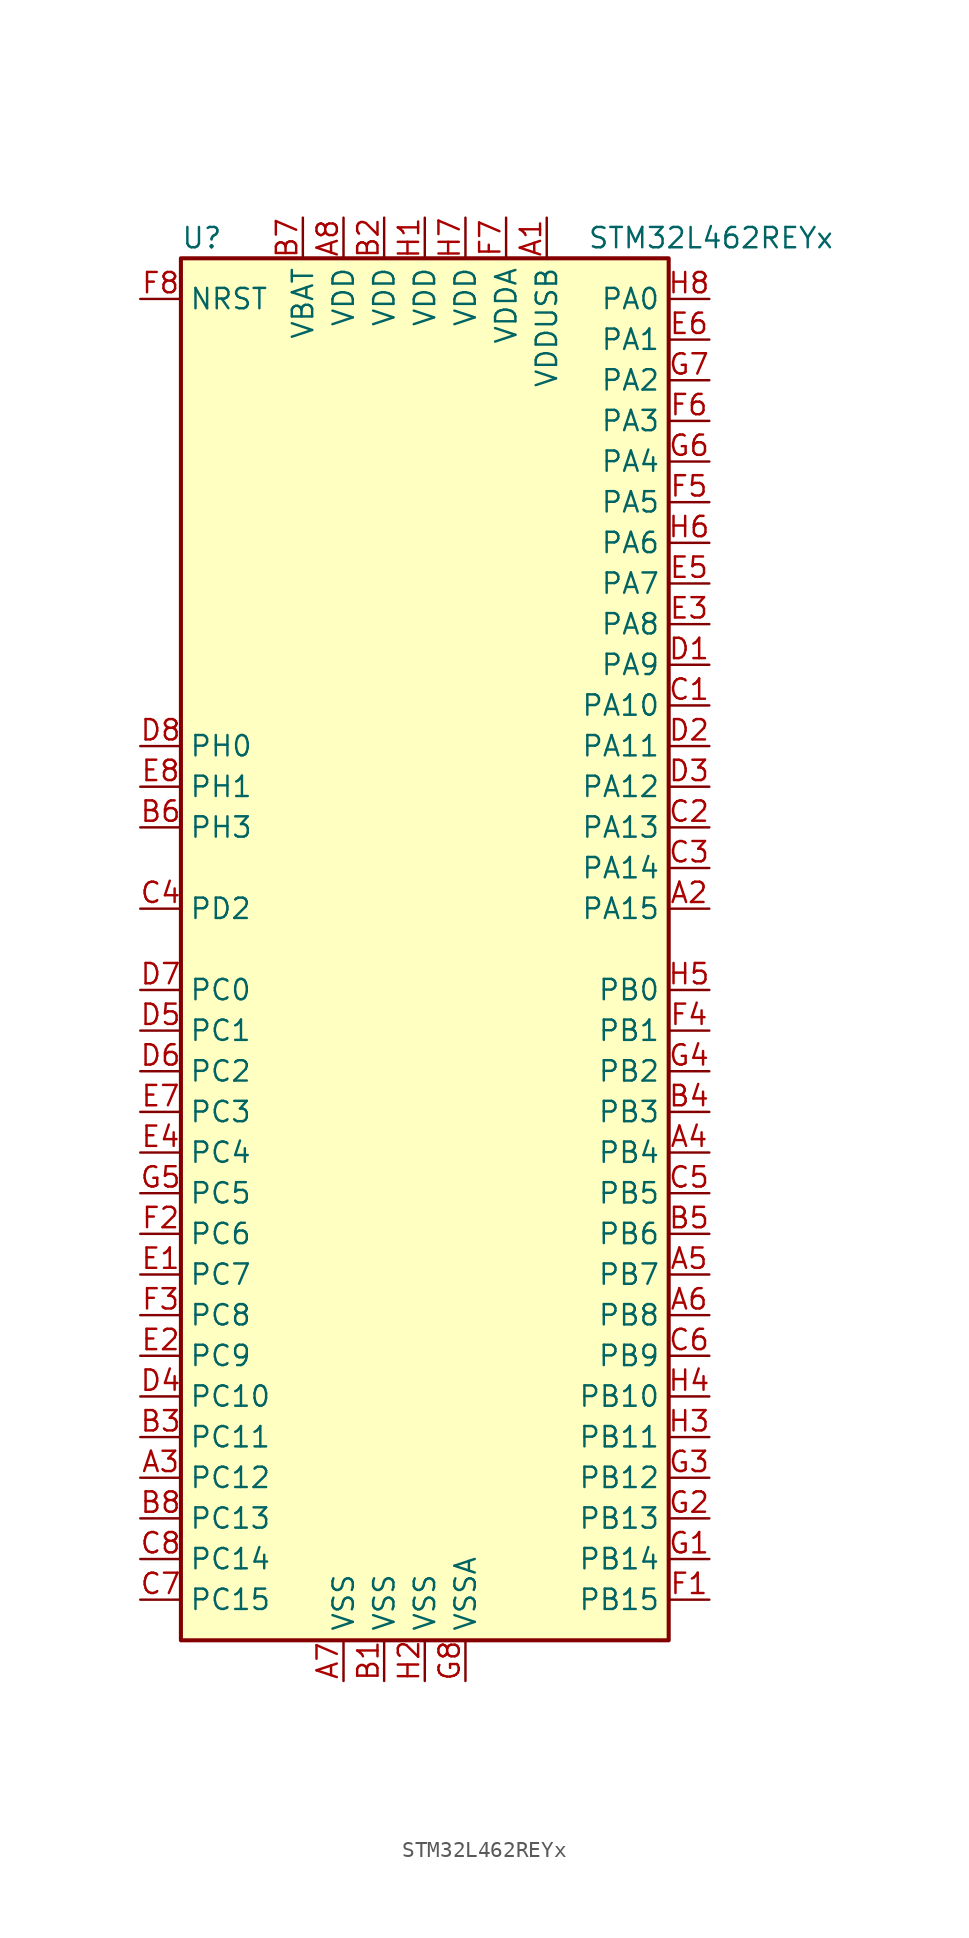
<source format=kicad_sym>
(kicad_symbol_lib
  (version 20201005)
  (generator kicad_symbol_editor)
  (symbol "STM32L462REYx"
    (property "Reference" "U"
      (at -15.24 44.45 0)
      (effects (font (size 1.27 1.27)) (justify left)))
    (property "Value" "STM32L462REYx"
      (at 10.16 44.45 0)
      (effects (font (size 1.27 1.27)) (justify left)))
    (symbol "STM32L462REYx_0_1"
      (rectangle (start -15.24 -43.18) (end 15.24 43.18) (stroke (width 0.254)) (fill (type background))))
    (symbol "STM32L462REYx_1_1"
      (pin input line (at -17.78 40.64 0) (length 2.54) (name "NRST" (effects (font (size 1.27 1.27)))) (number "F8" (effects (font (size 1.27 1.27)))))
      (pin bidirectional line (at 17.78 40.64 180) (length 2.54) (name "PA0" (effects (font (size 1.27 1.27)))) (number "H8" (effects (font (size 1.27 1.27)))))
      (pin bidirectional line (at 17.78 38.1 180) (length 2.54) (name "PA1" (effects (font (size 1.27 1.27)))) (number "E6" (effects (font (size 1.27 1.27)))))
      (pin bidirectional line (at 17.78 15.24 180) (length 2.54) (name "PA10" (effects (font (size 1.27 1.27)))) (number "C1" (effects (font (size 1.27 1.27)))))
      (pin bidirectional line (at 17.78 12.7 180) (length 2.54) (name "PA11" (effects (font (size 1.27 1.27)))) (number "D2" (effects (font (size 1.27 1.27)))))
      (pin bidirectional line (at 17.78 10.16 180) (length 2.54) (name "PA12" (effects (font (size 1.27 1.27)))) (number "D3" (effects (font (size 1.27 1.27)))))
      (pin bidirectional line (at 17.78 7.62 180) (length 2.54) (name "PA13" (effects (font (size 1.27 1.27)))) (number "C2" (effects (font (size 1.27 1.27)))))
      (pin bidirectional line (at 17.78 5.08 180) (length 2.54) (name "PA14" (effects (font (size 1.27 1.27)))) (number "C3" (effects (font (size 1.27 1.27)))))
      (pin bidirectional line (at 17.78 2.54 180) (length 2.54) (name "PA15" (effects (font (size 1.27 1.27)))) (number "A2" (effects (font (size 1.27 1.27)))))
      (pin bidirectional line (at 17.78 35.56 180) (length 2.54) (name "PA2" (effects (font (size 1.27 1.27)))) (number "G7" (effects (font (size 1.27 1.27)))))
      (pin bidirectional line (at 17.78 33.02 180) (length 2.54) (name "PA3" (effects (font (size 1.27 1.27)))) (number "F6" (effects (font (size 1.27 1.27)))))
      (pin bidirectional line (at 17.78 30.48 180) (length 2.54) (name "PA4" (effects (font (size 1.27 1.27)))) (number "G6" (effects (font (size 1.27 1.27)))))
      (pin bidirectional line (at 17.78 27.94 180) (length 2.54) (name "PA5" (effects (font (size 1.27 1.27)))) (number "F5" (effects (font (size 1.27 1.27)))))
      (pin bidirectional line (at 17.78 25.4 180) (length 2.54) (name "PA6" (effects (font (size 1.27 1.27)))) (number "H6" (effects (font (size 1.27 1.27)))))
      (pin bidirectional line (at 17.78 22.86 180) (length 2.54) (name "PA7" (effects (font (size 1.27 1.27)))) (number "E5" (effects (font (size 1.27 1.27)))))
      (pin bidirectional line (at 17.78 20.32 180) (length 2.54) (name "PA8" (effects (font (size 1.27 1.27)))) (number "E3" (effects (font (size 1.27 1.27)))))
      (pin bidirectional line (at 17.78 17.78 180) (length 2.54) (name "PA9" (effects (font (size 1.27 1.27)))) (number "D1" (effects (font (size 1.27 1.27)))))
      (pin bidirectional line (at 17.78 -2.54 180) (length 2.54) (name "PB0" (effects (font (size 1.27 1.27)))) (number "H5" (effects (font (size 1.27 1.27)))))
      (pin bidirectional line (at 17.78 -5.08 180) (length 2.54) (name "PB1" (effects (font (size 1.27 1.27)))) (number "F4" (effects (font (size 1.27 1.27)))))
      (pin bidirectional line (at 17.78 -27.94 180) (length 2.54) (name "PB10" (effects (font (size 1.27 1.27)))) (number "H4" (effects (font (size 1.27 1.27)))))
      (pin bidirectional line (at 17.78 -30.48 180) (length 2.54) (name "PB11" (effects (font (size 1.27 1.27)))) (number "H3" (effects (font (size 1.27 1.27)))))
      (pin bidirectional line (at 17.78 -33.02 180) (length 2.54) (name "PB12" (effects (font (size 1.27 1.27)))) (number "G3" (effects (font (size 1.27 1.27)))))
      (pin bidirectional line (at 17.78 -35.56 180) (length 2.54) (name "PB13" (effects (font (size 1.27 1.27)))) (number "G2" (effects (font (size 1.27 1.27)))))
      (pin bidirectional line (at 17.78 -38.1 180) (length 2.54) (name "PB14" (effects (font (size 1.27 1.27)))) (number "G1" (effects (font (size 1.27 1.27)))))
      (pin bidirectional line (at 17.78 -40.64 180) (length 2.54) (name "PB15" (effects (font (size 1.27 1.27)))) (number "F1" (effects (font (size 1.27 1.27)))))
      (pin bidirectional line (at 17.78 -7.62 180) (length 2.54) (name "PB2" (effects (font (size 1.27 1.27)))) (number "G4" (effects (font (size 1.27 1.27)))))
      (pin bidirectional line (at 17.78 -10.16 180) (length 2.54) (name "PB3" (effects (font (size 1.27 1.27)))) (number "B4" (effects (font (size 1.27 1.27)))))
      (pin bidirectional line (at 17.78 -12.7 180) (length 2.54) (name "PB4" (effects (font (size 1.27 1.27)))) (number "A4" (effects (font (size 1.27 1.27)))))
      (pin bidirectional line (at 17.78 -15.24 180) (length 2.54) (name "PB5" (effects (font (size 1.27 1.27)))) (number "C5" (effects (font (size 1.27 1.27)))))
      (pin bidirectional line (at 17.78 -17.78 180) (length 2.54) (name "PB6" (effects (font (size 1.27 1.27)))) (number "B5" (effects (font (size 1.27 1.27)))))
      (pin bidirectional line (at 17.78 -20.32 180) (length 2.54) (name "PB7" (effects (font (size 1.27 1.27)))) (number "A5" (effects (font (size 1.27 1.27)))))
      (pin bidirectional line (at 17.78 -22.86 180) (length 2.54) (name "PB8" (effects (font (size 1.27 1.27)))) (number "A6" (effects (font (size 1.27 1.27)))))
      (pin bidirectional line (at 17.78 -25.4 180) (length 2.54) (name "PB9" (effects (font (size 1.27 1.27)))) (number "C6" (effects (font (size 1.27 1.27)))))
      (pin bidirectional line (at -17.78 -2.54 0) (length 2.54) (name "PC0" (effects (font (size 1.27 1.27)))) (number "D7" (effects (font (size 1.27 1.27)))))
      (pin bidirectional line (at -17.78 -5.08 0) (length 2.54) (name "PC1" (effects (font (size 1.27 1.27)))) (number "D5" (effects (font (size 1.27 1.27)))))
      (pin bidirectional line (at -17.78 -27.94 0) (length 2.54) (name "PC10" (effects (font (size 1.27 1.27)))) (number "D4" (effects (font (size 1.27 1.27)))))
      (pin bidirectional line (at -17.78 -30.48 0) (length 2.54) (name "PC11" (effects (font (size 1.27 1.27)))) (number "B3" (effects (font (size 1.27 1.27)))))
      (pin bidirectional line (at -17.78 -33.02 0) (length 2.54) (name "PC12" (effects (font (size 1.27 1.27)))) (number "A3" (effects (font (size 1.27 1.27)))))
      (pin bidirectional line (at -17.78 -35.56 0) (length 2.54) (name "PC13" (effects (font (size 1.27 1.27)))) (number "B8" (effects (font (size 1.27 1.27)))))
      (pin bidirectional line (at -17.78 -38.1 0) (length 2.54) (name "PC14" (effects (font (size 1.27 1.27)))) (number "C8" (effects (font (size 1.27 1.27)))))
      (pin bidirectional line (at -17.78 -40.64 0) (length 2.54) (name "PC15" (effects (font (size 1.27 1.27)))) (number "C7" (effects (font (size 1.27 1.27)))))
      (pin bidirectional line (at -17.78 -7.62 0) (length 2.54) (name "PC2" (effects (font (size 1.27 1.27)))) (number "D6" (effects (font (size 1.27 1.27)))))
      (pin bidirectional line (at -17.78 -10.16 0) (length 2.54) (name "PC3" (effects (font (size 1.27 1.27)))) (number "E7" (effects (font (size 1.27 1.27)))))
      (pin bidirectional line (at -17.78 -12.7 0) (length 2.54) (name "PC4" (effects (font (size 1.27 1.27)))) (number "E4" (effects (font (size 1.27 1.27)))))
      (pin bidirectional line (at -17.78 -15.24 0) (length 2.54) (name "PC5" (effects (font (size 1.27 1.27)))) (number "G5" (effects (font (size 1.27 1.27)))))
      (pin bidirectional line (at -17.78 -17.78 0) (length 2.54) (name "PC6" (effects (font (size 1.27 1.27)))) (number "F2" (effects (font (size 1.27 1.27)))))
      (pin bidirectional line (at -17.78 -20.32 0) (length 2.54) (name "PC7" (effects (font (size 1.27 1.27)))) (number "E1" (effects (font (size 1.27 1.27)))))
      (pin bidirectional line (at -17.78 -22.86 0) (length 2.54) (name "PC8" (effects (font (size 1.27 1.27)))) (number "F3" (effects (font (size 1.27 1.27)))))
      (pin bidirectional line (at -17.78 -25.4 0) (length 2.54) (name "PC9" (effects (font (size 1.27 1.27)))) (number "E2" (effects (font (size 1.27 1.27)))))
      (pin bidirectional line (at -17.78 2.54 0) (length 2.54) (name "PD2" (effects (font (size 1.27 1.27)))) (number "C4" (effects (font (size 1.27 1.27)))))
      (pin input line (at -17.78 12.7 0) (length 2.54) (name "PH0" (effects (font (size 1.27 1.27)))) (number "D8" (effects (font (size 1.27 1.27)))))
      (pin input line (at -17.78 10.16 0) (length 2.54) (name "PH1" (effects (font (size 1.27 1.27)))) (number "E8" (effects (font (size 1.27 1.27)))))
      (pin bidirectional line (at -17.78 7.62 0) (length 2.54) (name "PH3" (effects (font (size 1.27 1.27)))) (number "B6" (effects (font (size 1.27 1.27)))))
      (pin power_in line (at -7.62 45.72 270) (length 2.54) (name "VBAT" (effects (font (size 1.27 1.27)))) (number "B7" (effects (font (size 1.27 1.27)))))
      (pin power_in line (at -5.08 45.72 270) (length 2.54) (name "VDD" (effects (font (size 1.27 1.27)))) (number "A8" (effects (font (size 1.27 1.27)))))
      (pin power_in line (at -2.54 45.72 270) (length 2.54) (name "VDD" (effects (font (size 1.27 1.27)))) (number "B2" (effects (font (size 1.27 1.27)))))
      (pin power_in line (at 0 45.72 270) (length 2.54) (name "VDD" (effects (font (size 1.27 1.27)))) (number "H1" (effects (font (size 1.27 1.27)))))
      (pin power_in line (at 2.54 45.72 270) (length 2.54) (name "VDD" (effects (font (size 1.27 1.27)))) (number "H7" (effects (font (size 1.27 1.27)))))
      (pin power_in line (at 5.08 45.72 270) (length 2.54) (name "VDDA" (effects (font (size 1.27 1.27)))) (number "F7" (effects (font (size 1.27 1.27)))))
      (pin power_in line (at 7.62 45.72 270) (length 2.54) (name "VDDUSB" (effects (font (size 1.27 1.27)))) (number "A1" (effects (font (size 1.27 1.27)))))
      (pin power_in line (at -5.08 -45.72 90) (length 2.54) (name "VSS" (effects (font (size 1.27 1.27)))) (number "A7" (effects (font (size 1.27 1.27)))))
      (pin power_in line (at -2.54 -45.72 90) (length 2.54) (name "VSS" (effects (font (size 1.27 1.27)))) (number "B1" (effects (font (size 1.27 1.27)))))
      (pin power_in line (at 0 -45.72 90) (length 2.54) (name "VSS" (effects (font (size 1.27 1.27)))) (number "H2" (effects (font (size 1.27 1.27)))))
      (pin power_in line (at 2.54 -45.72 90) (length 2.54) (name "VSSA" (effects (font (size 1.27 1.27)))) (number "G8" (effects (font (size 1.27 1.27))))))))
</source>
